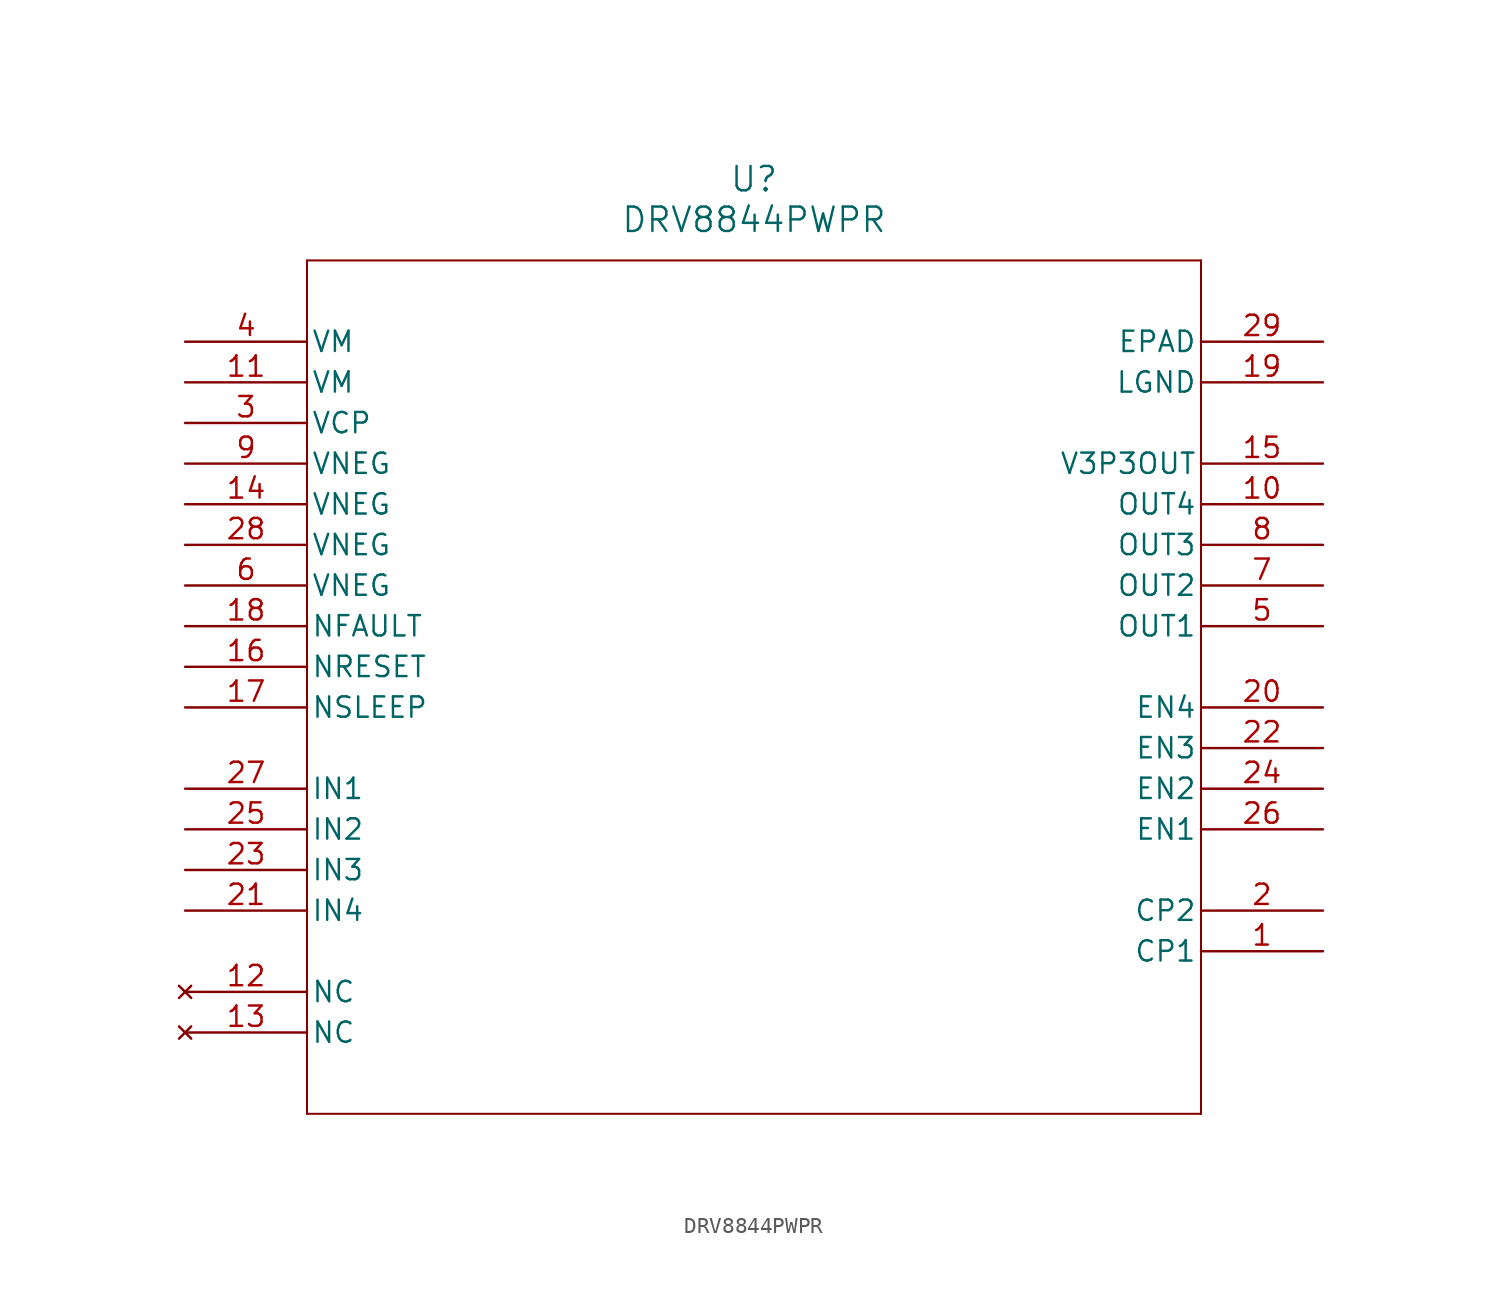
<source format=kicad_sym>
(kicad_symbol_lib
  (version 20211014)
  (generator kicad_symbol_editor)
  (symbol "DRV8844PWPR"
    (pin_names
      (offset 0.254))
    (property "Reference" "U"
      (at 35.56 10.16 0)
      (effects (font (size 1.524 1.524))))
    (property "Value" "DRV8844PWPR"
      (at 35.56 7.62 0)
      (effects (font (size 1.524 1.524))))
    (symbol "DRV8844PWPR_0_1"
      (polyline (pts (xy 7.62 5.08) (xy 7.62 -48.26)) (stroke (width 0.127) (type default) (color 0 0 0 0)) (fill (type none)))
      (polyline (pts (xy 7.62 -48.26) (xy 63.5 -48.26)) (stroke (width 0.127) (type default) (color 0 0 0 0)) (fill (type none)))
      (polyline (pts (xy 63.5 -48.26) (xy 63.5 5.08)) (stroke (width 0.127) (type default) (color 0 0 0 0)) (fill (type none)))
      (polyline (pts (xy 63.5 5.08) (xy 7.62 5.08)) (stroke (width 0.127) (type default) (color 0 0 0 0)) (fill (type none)))
      (pin bidirectional line (at 71.12 -38.1 180) (length 7.62) (name "CP1" (effects (font (size 1.27 1.27)))) (number "1" (effects (font (size 1.27 1.27)))))
      (pin bidirectional line (at 71.12 -35.56 180) (length 7.62) (name "CP2" (effects (font (size 1.27 1.27)))) (number "2" (effects (font (size 1.27 1.27)))))
      (pin bidirectional line (at 0 -5.08 0) (length 7.62) (name "VCP" (effects (font (size 1.27 1.27)))) (number "3" (effects (font (size 1.27 1.27)))))
      (pin power_in line (at 0 0 0) (length 7.62) (name "VM" (effects (font (size 1.27 1.27)))) (number "4" (effects (font (size 1.27 1.27)))))
      (pin output line (at 71.12 -17.78 180) (length 7.62) (name "OUT1" (effects (font (size 1.27 1.27)))) (number "5" (effects (font (size 1.27 1.27)))))
      (pin power_in line (at 0 -15.24 0) (length 7.62) (name "VNEG" (effects (font (size 1.27 1.27)))) (number "6" (effects (font (size 1.27 1.27)))))
      (pin output line (at 71.12 -15.24 180) (length 7.62) (name "OUT2" (effects (font (size 1.27 1.27)))) (number "7" (effects (font (size 1.27 1.27)))))
      (pin output line (at 71.12 -12.7 180) (length 7.62) (name "OUT3" (effects (font (size 1.27 1.27)))) (number "8" (effects (font (size 1.27 1.27)))))
      (pin power_in line (at 0 -7.62 0) (length 7.62) (name "VNEG" (effects (font (size 1.27 1.27)))) (number "9" (effects (font (size 1.27 1.27)))))
      (pin output line (at 71.12 -10.16 180) (length 7.62) (name "OUT4" (effects (font (size 1.27 1.27)))) (number "10" (effects (font (size 1.27 1.27)))))
      (pin power_in line (at 0 -2.54 0) (length 7.62) (name "VM" (effects (font (size 1.27 1.27)))) (number "11" (effects (font (size 1.27 1.27)))))
      (pin no_connect line (at 0 -40.64 0) (length 7.62) (name "NC" (effects (font (size 1.27 1.27)))) (number "12" (effects (font (size 1.27 1.27)))))
      (pin no_connect line (at 0 -43.18 0) (length 7.62) (name "NC" (effects (font (size 1.27 1.27)))) (number "13" (effects (font (size 1.27 1.27)))))
      (pin power_in line (at 0 -10.16 0) (length 7.62) (name "VNEG" (effects (font (size 1.27 1.27)))) (number "14" (effects (font (size 1.27 1.27)))))
      (pin output line (at 71.12 -7.62 180) (length 7.62) (name "V3P3OUT" (effects (font (size 1.27 1.27)))) (number "15" (effects (font (size 1.27 1.27)))))
      (pin input line (at 0 -20.32 0) (length 7.62) (name "NRESET" (effects (font (size 1.27 1.27)))) (number "16" (effects (font (size 1.27 1.27)))))
      (pin input line (at 0 -22.86 0) (length 7.62) (name "NSLEEP" (effects (font (size 1.27 1.27)))) (number "17" (effects (font (size 1.27 1.27)))))
      (pin output line (at 0 -17.78 0) (length 7.62) (name "NFAULT" (effects (font (size 1.27 1.27)))) (number "18" (effects (font (size 1.27 1.27)))))
      (pin input line (at 71.12 -2.54 180) (length 7.62) (name "LGND" (effects (font (size 1.27 1.27)))) (number "19" (effects (font (size 1.27 1.27)))))
      (pin input line (at 71.12 -22.86 180) (length 7.62) (name "EN4" (effects (font (size 1.27 1.27)))) (number "20" (effects (font (size 1.27 1.27)))))
      (pin input line (at 0 -35.56 0) (length 7.62) (name "IN4" (effects (font (size 1.27 1.27)))) (number "21" (effects (font (size 1.27 1.27)))))
      (pin input line (at 71.12 -25.4 180) (length 7.62) (name "EN3" (effects (font (size 1.27 1.27)))) (number "22" (effects (font (size 1.27 1.27)))))
      (pin input line (at 0 -33.02 0) (length 7.62) (name "IN3" (effects (font (size 1.27 1.27)))) (number "23" (effects (font (size 1.27 1.27)))))
      (pin input line (at 71.12 -27.94 180) (length 7.62) (name "EN2" (effects (font (size 1.27 1.27)))) (number "24" (effects (font (size 1.27 1.27)))))
      (pin input line (at 0 -30.48 0) (length 7.62) (name "IN2" (effects (font (size 1.27 1.27)))) (number "25" (effects (font (size 1.27 1.27)))))
      (pin input line (at 71.12 -30.48 180) (length 7.62) (name "EN1" (effects (font (size 1.27 1.27)))) (number "26" (effects (font (size 1.27 1.27)))))
      (pin input line (at 0 -27.94 0) (length 7.62) (name "IN1" (effects (font (size 1.27 1.27)))) (number "27" (effects (font (size 1.27 1.27)))))
      (pin power_in line (at 0 -12.7 0) (length 7.62) (name "VNEG" (effects (font (size 1.27 1.27)))) (number "28" (effects (font (size 1.27 1.27)))))
      (pin unspecified line (at 71.12 0 180) (length 7.62) (name "EPAD" (effects (font (size 1.27 1.27)))) (number "29" (effects (font (size 1.27 1.27))))))))
</source>
